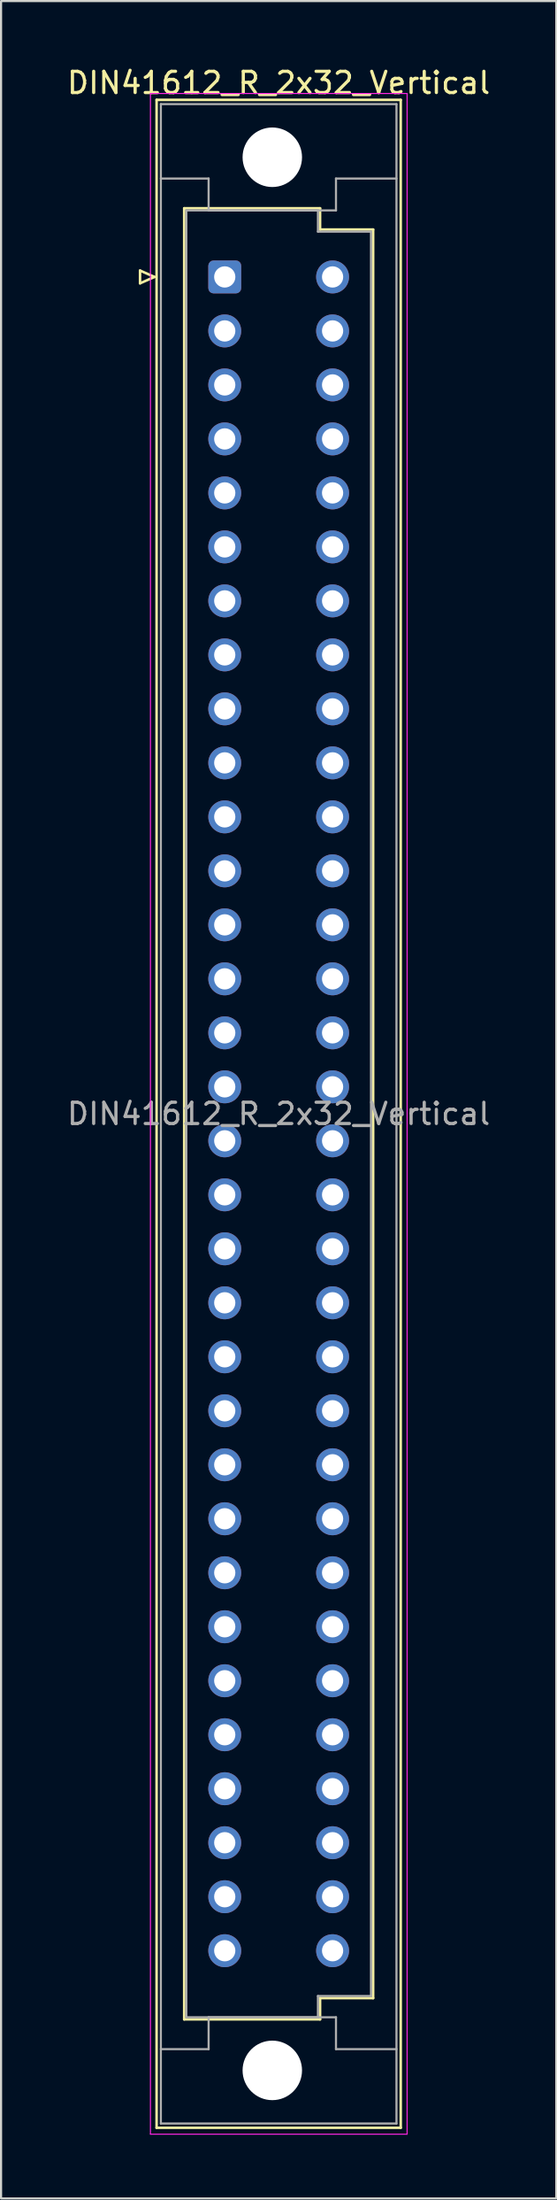
<source format=kicad_pcb>
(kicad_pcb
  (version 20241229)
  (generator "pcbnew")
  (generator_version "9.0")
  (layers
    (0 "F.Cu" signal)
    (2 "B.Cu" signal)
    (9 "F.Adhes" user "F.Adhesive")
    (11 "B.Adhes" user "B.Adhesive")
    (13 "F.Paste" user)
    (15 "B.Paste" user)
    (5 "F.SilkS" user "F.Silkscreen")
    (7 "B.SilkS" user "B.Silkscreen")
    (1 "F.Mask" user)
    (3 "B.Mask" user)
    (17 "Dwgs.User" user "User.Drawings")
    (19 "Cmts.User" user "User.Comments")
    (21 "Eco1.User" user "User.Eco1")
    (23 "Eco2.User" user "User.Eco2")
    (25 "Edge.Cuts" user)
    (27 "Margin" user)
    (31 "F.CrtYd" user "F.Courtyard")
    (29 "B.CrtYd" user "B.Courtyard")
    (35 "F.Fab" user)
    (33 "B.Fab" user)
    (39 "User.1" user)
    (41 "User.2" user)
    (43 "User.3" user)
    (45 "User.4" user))
  (footprint "DIN41612_R_2x32_Vertical"
    (layer "F.Cu")
    (at 7.537 9.978)
    (property "Reference" "DIN41612_R_2x32_Vertical" (at 2.54 -9.13 0) (layer "F.SilkS") (effects (font (size 1 1) (thickness 0.15))))
    (attr through_hole)
    (fp_line (start -3.99 -0.3) (end -3.99 0.3) (stroke (width 0.12) (type solid)) (layer "F.SilkS"))
    (fp_line (start -3.99 0.3) (end -3.31 0) (stroke (width 0.12) (type solid)) (layer "F.SilkS"))
    (fp_line (start -3.31 0) (end -3.99 -0.3) (stroke (width 0.12) (type solid)) (layer "F.SilkS"))
    (fp_line (start -3.21 -8.33) (end 8.29 -8.33) (stroke (width 0.12) (type solid)) (layer "F.SilkS"))
    (fp_line (start -3.21 87.07) (end -3.21 -8.33) (stroke (width 0.12) (type solid)) (layer "F.SilkS"))
    (fp_line (start -1.91 -3.23) (end 4.49 -3.23) (stroke (width 0.12) (type solid)) (layer "F.SilkS"))
    (fp_line (start -1.91 81.97) (end -1.91 -3.23) (stroke (width 0.12) (type solid)) (layer "F.SilkS"))
    (fp_line (start 4.49 -3.23) (end 4.49 -2.23) (stroke (width 0.12) (type solid)) (layer "F.SilkS"))
    (fp_line (start 4.49 -2.23) (end 6.99 -2.23) (stroke (width 0.12) (type solid)) (layer "F.SilkS"))
    (fp_line (start 4.49 80.97) (end 4.49 81.97) (stroke (width 0.12) (type solid)) (layer "F.SilkS"))
    (fp_line (start 4.49 81.97) (end -1.91 81.97) (stroke (width 0.12) (type solid)) (layer "F.SilkS"))
    (fp_line (start 6.99 -2.23) (end 6.99 80.97) (stroke (width 0.12) (type solid)) (layer "F.SilkS"))
    (fp_line (start 6.99 80.97) (end 4.49 80.97) (stroke (width 0.12) (type solid)) (layer "F.SilkS"))
    (fp_line (start 8.29 -8.33) (end 8.29 87.07) (stroke (width 0.12) (type solid)) (layer "F.SilkS"))
    (fp_line (start 8.29 87.07) (end -3.21 87.07) (stroke (width 0.12) (type solid)) (layer "F.SilkS"))
    (fp_line (start -3.5 -8.63) (end 8.59 -8.63) (stroke (width 0.05) (type solid)) (layer "F.CrtYd"))
    (fp_line (start -3.5 87.37) (end -3.5 -8.63) (stroke (width 0.05) (type solid)) (layer "F.CrtYd"))
    (fp_line (start 8.59 -8.63) (end 8.59 87.37) (stroke (width 0.05) (type solid)) (layer "F.CrtYd"))
    (fp_line (start 8.59 87.37) (end -3.5 87.37) (stroke (width 0.05) (type solid)) (layer "F.CrtYd"))
    (fp_line (start -3.01 -8.13) (end 8.09 -8.13) (stroke (width 0.1) (type solid)) (layer "F.Fab"))
    (fp_line (start -3.01 -4.63) (end -0.76 -4.63) (stroke (width 0.1) (type solid)) (layer "F.Fab"))
    (fp_line (start -3.01 83.37) (end -0.76 83.37) (stroke (width 0.1) (type solid)) (layer "F.Fab"))
    (fp_line (start -3.01 86.87) (end -3.01 -8.13) (stroke (width 0.1) (type solid)) (layer "F.Fab"))
    (fp_line (start -1.81 -3.13) (end 4.39 -3.13) (stroke (width 0.1) (type solid)) (layer "F.Fab"))
    (fp_line (start -1.81 81.87) (end -1.81 -3.13) (stroke (width 0.1) (type solid)) (layer "F.Fab"))
    (fp_line (start -0.76 -4.63) (end -0.76 -3.13) (stroke (width 0.1) (type solid)) (layer "F.Fab"))
    (fp_line (start -0.76 -3.13) (end 5.24 -3.13) (stroke (width 0.1) (type solid)) (layer "F.Fab"))
    (fp_line (start -0.76 81.87) (end 5.24 81.87) (stroke (width 0.1) (type solid)) (layer "F.Fab"))
    (fp_line (start -0.76 83.37) (end -0.76 81.87) (stroke (width 0.1) (type solid)) (layer "F.Fab"))
    (fp_line (start 4.39 -3.13) (end 4.39 -2.13) (stroke (width 0.1) (type solid)) (layer "F.Fab"))
    (fp_line (start 4.39 -2.13) (end 6.89 -2.13) (stroke (width 0.1) (type solid)) (layer "F.Fab"))
    (fp_line (start 4.39 80.87) (end 4.39 81.87) (stroke (width 0.1) (type solid)) (layer "F.Fab"))
    (fp_line (start 4.39 81.87) (end -1.81 81.87) (stroke (width 0.1) (type solid)) (layer "F.Fab"))
    (fp_line (start 5.24 -4.63) (end 8.09 -4.63) (stroke (width 0.1) (type solid)) (layer "F.Fab"))
    (fp_line (start 5.24 -3.13) (end 5.24 -4.63) (stroke (width 0.1) (type solid)) (layer "F.Fab"))
    (fp_line (start 5.24 81.87) (end 5.24 83.37) (stroke (width 0.1) (type solid)) (layer "F.Fab"))
    (fp_line (start 5.24 83.37) (end 8.09 83.37) (stroke (width 0.1) (type solid)) (layer "F.Fab"))
    (fp_line (start 6.89 -2.13) (end 6.89 80.87) (stroke (width 0.1) (type solid)) (layer "F.Fab"))
    (fp_line (start 6.89 80.87) (end 4.39 80.87) (stroke (width 0.1) (type solid)) (layer "F.Fab"))
    (fp_line (start 8.09 -8.13) (end 8.09 86.87) (stroke (width 0.1) (type solid)) (layer "F.Fab"))
    (fp_line (start 8.09 86.87) (end -3.01 86.87) (stroke (width 0.1) (type solid)) (layer "F.Fab"))
    (fp_text user "${REFERENCE}" (at 2.54 39.37 0) (layer "F.Fab") (effects (font (size 1 1) (thickness 0.15))))
    (pad "" np_thru_hole circle (at 2.24 -5.63) (size 2.8 2.8) (drill 2.8) (layers "*.Cu" "*.Mask"))
    (pad "" np_thru_hole circle (at 2.24 84.37) (size 2.8 2.8) (drill 2.8) (layers "*.Cu" "*.Mask"))
    (pad "a1" thru_hole roundrect (at 0 0) (size 1.55 1.55) (drill 1) (layers "*.Cu" "*.Mask") (roundrect_rratio 0.161))
    (pad "a2" thru_hole circle (at 0 2.54) (size 1.55 1.55) (drill 1) (layers "*.Cu" "*.Mask"))
    (pad "a3" thru_hole circle (at 0 5.08) (size 1.55 1.55) (drill 1) (layers "*.Cu" "*.Mask"))
    (pad "a4" thru_hole circle (at 0 7.62) (size 1.55 1.55) (drill 1) (layers "*.Cu" "*.Mask"))
    (pad "a5" thru_hole circle (at 0 10.16) (size 1.55 1.55) (drill 1) (layers "*.Cu" "*.Mask"))
    (pad "a6" thru_hole circle (at 0 12.7) (size 1.55 1.55) (drill 1) (layers "*.Cu" "*.Mask"))
    (pad "a7" thru_hole circle (at 0 15.24) (size 1.55 1.55) (drill 1) (layers "*.Cu" "*.Mask"))
    (pad "a8" thru_hole circle (at 0 17.78) (size 1.55 1.55) (drill 1) (layers "*.Cu" "*.Mask"))
    (pad "a9" thru_hole circle (at 0 20.32) (size 1.55 1.55) (drill 1) (layers "*.Cu" "*.Mask"))
    (pad "a10" thru_hole circle (at 0 22.86) (size 1.55 1.55) (drill 1) (layers "*.Cu" "*.Mask"))
    (pad "a11" thru_hole circle (at 0 25.4) (size 1.55 1.55) (drill 1) (layers "*.Cu" "*.Mask"))
    (pad "a12" thru_hole circle (at 0 27.94) (size 1.55 1.55) (drill 1) (layers "*.Cu" "*.Mask"))
    (pad "a13" thru_hole circle (at 0 30.48) (size 1.55 1.55) (drill 1) (layers "*.Cu" "*.Mask"))
    (pad "a14" thru_hole circle (at 0 33.02) (size 1.55 1.55) (drill 1) (layers "*.Cu" "*.Mask"))
    (pad "a15" thru_hole circle (at 0 35.56) (size 1.55 1.55) (drill 1) (layers "*.Cu" "*.Mask"))
    (pad "a16" thru_hole circle (at 0 38.1) (size 1.55 1.55) (drill 1) (layers "*.Cu" "*.Mask"))
    (pad "a17" thru_hole circle (at 0 40.64) (size 1.55 1.55) (drill 1) (layers "*.Cu" "*.Mask"))
    (pad "a18" thru_hole circle (at 0 43.18) (size 1.55 1.55) (drill 1) (layers "*.Cu" "*.Mask"))
    (pad "a19" thru_hole circle (at 0 45.72) (size 1.55 1.55) (drill 1) (layers "*.Cu" "*.Mask"))
    (pad "a20" thru_hole circle (at 0 48.26) (size 1.55 1.55) (drill 1) (layers "*.Cu" "*.Mask"))
    (pad "a21" thru_hole circle (at 0 50.8) (size 1.55 1.55) (drill 1) (layers "*.Cu" "*.Mask"))
    (pad "a22" thru_hole circle (at 0 53.34) (size 1.55 1.55) (drill 1) (layers "*.Cu" "*.Mask"))
    (pad "a23" thru_hole circle (at 0 55.88) (size 1.55 1.55) (drill 1) (layers "*.Cu" "*.Mask"))
    (pad "a24" thru_hole circle (at 0 58.42) (size 1.55 1.55) (drill 1) (layers "*.Cu" "*.Mask"))
    (pad "a25" thru_hole circle (at 0 60.96) (size 1.55 1.55) (drill 1) (layers "*.Cu" "*.Mask"))
    (pad "a26" thru_hole circle (at 0 63.5) (size 1.55 1.55) (drill 1) (layers "*.Cu" "*.Mask"))
    (pad "a27" thru_hole circle (at 0 66.04) (size 1.55 1.55) (drill 1) (layers "*.Cu" "*.Mask"))
    (pad "a28" thru_hole circle (at 0 68.58) (size 1.55 1.55) (drill 1) (layers "*.Cu" "*.Mask"))
    (pad "a29" thru_hole circle (at 0 71.12) (size 1.55 1.55) (drill 1) (layers "*.Cu" "*.Mask"))
    (pad "a30" thru_hole circle (at 0 73.66) (size 1.55 1.55) (drill 1) (layers "*.Cu" "*.Mask"))
    (pad "a31" thru_hole circle (at 0 76.2) (size 1.55 1.55) (drill 1) (layers "*.Cu" "*.Mask"))
    (pad "a32" thru_hole circle (at 0 78.74) (size 1.55 1.55) (drill 1) (layers "*.Cu" "*.Mask"))
    (pad "c1" thru_hole circle (at 5.08 0) (size 1.55 1.55) (drill 1) (layers "*.Cu" "*.Mask"))
    (pad "c2" thru_hole circle (at 5.08 2.54) (size 1.55 1.55) (drill 1) (layers "*.Cu" "*.Mask"))
    (pad "c3" thru_hole circle (at 5.08 5.08) (size 1.55 1.55) (drill 1) (layers "*.Cu" "*.Mask"))
    (pad "c4" thru_hole circle (at 5.08 7.62) (size 1.55 1.55) (drill 1) (layers "*.Cu" "*.Mask"))
    (pad "c5" thru_hole circle (at 5.08 10.16) (size 1.55 1.55) (drill 1) (layers "*.Cu" "*.Mask"))
    (pad "c6" thru_hole circle (at 5.08 12.7) (size 1.55 1.55) (drill 1) (layers "*.Cu" "*.Mask"))
    (pad "c7" thru_hole circle (at 5.08 15.24) (size 1.55 1.55) (drill 1) (layers "*.Cu" "*.Mask"))
    (pad "c8" thru_hole circle (at 5.08 17.78) (size 1.55 1.55) (drill 1) (layers "*.Cu" "*.Mask"))
    (pad "c9" thru_hole circle (at 5.08 20.32) (size 1.55 1.55) (drill 1) (layers "*.Cu" "*.Mask"))
    (pad "c10" thru_hole circle (at 5.08 22.86) (size 1.55 1.55) (drill 1) (layers "*.Cu" "*.Mask"))
    (pad "c11" thru_hole circle (at 5.08 25.4) (size 1.55 1.55) (drill 1) (layers "*.Cu" "*.Mask"))
    (pad "c12" thru_hole circle (at 5.08 27.94) (size 1.55 1.55) (drill 1) (layers "*.Cu" "*.Mask"))
    (pad "c13" thru_hole circle (at 5.08 30.48) (size 1.55 1.55) (drill 1) (layers "*.Cu" "*.Mask"))
    (pad "c14" thru_hole circle (at 5.08 33.02) (size 1.55 1.55) (drill 1) (layers "*.Cu" "*.Mask"))
    (pad "c15" thru_hole circle (at 5.08 35.56) (size 1.55 1.55) (drill 1) (layers "*.Cu" "*.Mask"))
    (pad "c16" thru_hole circle (at 5.08 38.1) (size 1.55 1.55) (drill 1) (layers "*.Cu" "*.Mask"))
    (pad "c17" thru_hole circle (at 5.08 40.64) (size 1.55 1.55) (drill 1) (layers "*.Cu" "*.Mask"))
    (pad "c18" thru_hole circle (at 5.08 43.18) (size 1.55 1.55) (drill 1) (layers "*.Cu" "*.Mask"))
    (pad "c19" thru_hole circle (at 5.08 45.72) (size 1.55 1.55) (drill 1) (layers "*.Cu" "*.Mask"))
    (pad "c20" thru_hole circle (at 5.08 48.26) (size 1.55 1.55) (drill 1) (layers "*.Cu" "*.Mask"))
    (pad "c21" thru_hole circle (at 5.08 50.8) (size 1.55 1.55) (drill 1) (layers "*.Cu" "*.Mask"))
    (pad "c22" thru_hole circle (at 5.08 53.34) (size 1.55 1.55) (drill 1) (layers "*.Cu" "*.Mask"))
    (pad "c23" thru_hole circle (at 5.08 55.88) (size 1.55 1.55) (drill 1) (layers "*.Cu" "*.Mask"))
    (pad "c24" thru_hole circle (at 5.08 58.42) (size 1.55 1.55) (drill 1) (layers "*.Cu" "*.Mask"))
    (pad "c25" thru_hole circle (at 5.08 60.96) (size 1.55 1.55) (drill 1) (layers "*.Cu" "*.Mask"))
    (pad "c26" thru_hole circle (at 5.08 63.5) (size 1.55 1.55) (drill 1) (layers "*.Cu" "*.Mask"))
    (pad "c27" thru_hole circle (at 5.08 66.04) (size 1.55 1.55) (drill 1) (layers "*.Cu" "*.Mask"))
    (pad "c28" thru_hole circle (at 5.08 68.58) (size 1.55 1.55) (drill 1) (layers "*.Cu" "*.Mask"))
    (pad "c29" thru_hole circle (at 5.08 71.12) (size 1.55 1.55) (drill 1) (layers "*.Cu" "*.Mask"))
    (pad "c30" thru_hole circle (at 5.08 73.66) (size 1.55 1.55) (drill 1) (layers "*.Cu" "*.Mask"))
    (pad "c31" thru_hole circle (at 5.08 76.2) (size 1.55 1.55) (drill 1) (layers "*.Cu" "*.Mask"))
    (pad "c32" thru_hole circle (at 5.08 78.74) (size 1.55 1.55) (drill 1) (layers "*.Cu" "*.Mask")))
  (gr_rect
    (start -3 -3)
    (end 23.155 100.373)
    (stroke (width 0.1) (type default))
    (fill no)
    (layer "Edge.Cuts")))
</source>
